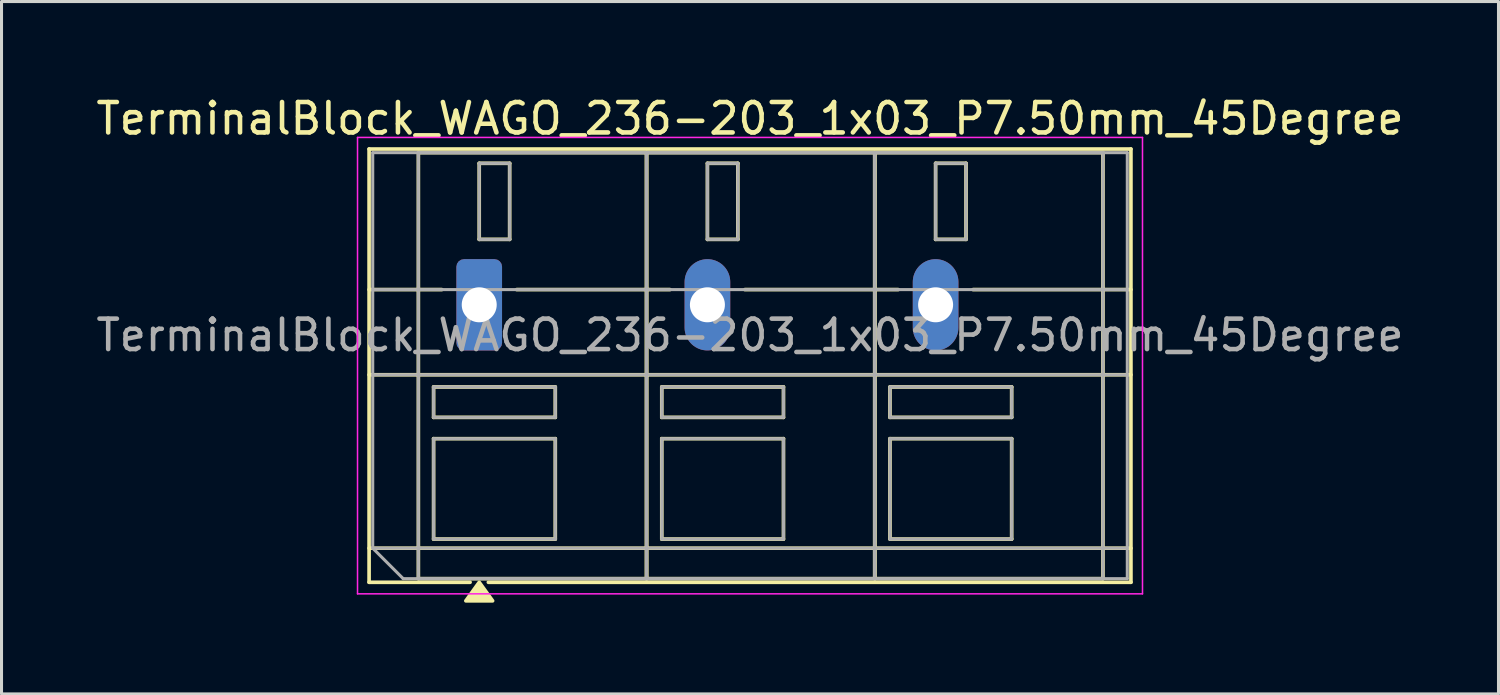
<source format=kicad_pcb>
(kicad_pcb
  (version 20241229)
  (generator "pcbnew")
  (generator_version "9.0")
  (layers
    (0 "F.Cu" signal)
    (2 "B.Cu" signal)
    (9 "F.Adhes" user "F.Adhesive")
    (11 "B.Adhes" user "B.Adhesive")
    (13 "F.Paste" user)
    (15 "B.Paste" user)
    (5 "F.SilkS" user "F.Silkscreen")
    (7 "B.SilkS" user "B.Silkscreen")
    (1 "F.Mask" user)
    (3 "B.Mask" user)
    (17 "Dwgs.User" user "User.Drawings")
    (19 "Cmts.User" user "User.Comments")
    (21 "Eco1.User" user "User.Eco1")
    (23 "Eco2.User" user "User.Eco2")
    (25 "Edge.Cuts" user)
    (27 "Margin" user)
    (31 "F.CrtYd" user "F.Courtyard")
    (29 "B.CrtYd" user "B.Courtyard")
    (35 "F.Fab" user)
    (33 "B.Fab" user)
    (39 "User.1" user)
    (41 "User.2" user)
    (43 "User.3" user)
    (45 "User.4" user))
  (footprint "TerminalBlock_WAGO_236-203_1x03_P7.50mm_45Degree"
    (layer "F.Cu")
    (at 12.701 6.968)
    (property "Reference" "TerminalBlock_WAGO_236-203_1x03_P7.50mm_45Degree" (at 8.9 -6.12 0) (layer "F.SilkS") (effects (font (size 1 1) (thickness 0.15))))
    (attr through_hole)
    (fp_line (start -3.62 -5.12) (end -3.62 9.12) (stroke (width 0.12) (type solid)) (layer "F.SilkS"))
    (fp_line (start -3.62 -5.12) (end 21.42 -5.12) (stroke (width 0.12) (type solid)) (layer "F.SilkS"))
    (fp_line (start -3.62 -0.5) (end -1.23 -0.5) (stroke (width 0.12) (type solid)) (layer "F.SilkS"))
    (fp_line (start -3.62 2.3) (end 21.42 2.3) (stroke (width 0.12) (type solid)) (layer "F.SilkS"))
    (fp_line (start -3.62 8) (end 21.42 8) (stroke (width 0.12) (type solid)) (layer "F.SilkS"))
    (fp_line (start -3.62 9.12) (end -0.3 9.12) (stroke (width 0.12) (type solid)) (layer "F.SilkS"))
    (fp_line (start -2 -5) (end -2 9) (stroke (width 0.12) (type solid)) (layer "F.SilkS"))
    (fp_line (start -2 -5) (end 5.5 -5) (stroke (width 0.12) (type solid)) (layer "F.SilkS"))
    (fp_line (start -2 9) (end 5.5 9) (stroke (width 0.12) (type solid)) (layer "F.SilkS"))
    (fp_line (start -1.5 2.7) (end -1.5 3.7) (stroke (width 0.12) (type solid)) (layer "F.SilkS"))
    (fp_line (start -1.5 2.7) (end 2.5 2.7) (stroke (width 0.12) (type solid)) (layer "F.SilkS"))
    (fp_line (start -1.5 3.7) (end 2.5 3.7) (stroke (width 0.12) (type solid)) (layer "F.SilkS"))
    (fp_line (start -1.5 4.4) (end -1.5 7.7) (stroke (width 0.12) (type solid)) (layer "F.SilkS"))
    (fp_line (start -1.5 4.4) (end 2.5 4.4) (stroke (width 0.12) (type solid)) (layer "F.SilkS"))
    (fp_line (start -1.5 7.7) (end 2.5 7.7) (stroke (width 0.12) (type solid)) (layer "F.SilkS"))
    (fp_line (start 0 -4.65) (end 0 -2.15) (stroke (width 0.12) (type solid)) (layer "F.SilkS"))
    (fp_line (start 0 -4.65) (end 1 -4.65) (stroke (width 0.12) (type solid)) (layer "F.SilkS"))
    (fp_line (start 0 -2.15) (end 1 -2.15) (stroke (width 0.12) (type solid)) (layer "F.SilkS"))
    (fp_line (start 0.3 9.12) (end 21.42 9.12) (stroke (width 0.12) (type solid)) (layer "F.SilkS"))
    (fp_line (start 1 -4.65) (end 1 -2.15) (stroke (width 0.12) (type solid)) (layer "F.SilkS"))
    (fp_line (start 1.23 -0.5) (end 6.27 -0.5) (stroke (width 0.12) (type solid)) (layer "F.SilkS"))
    (fp_line (start 2.5 2.7) (end 2.5 3.7) (stroke (width 0.12) (type solid)) (layer "F.SilkS"))
    (fp_line (start 2.5 4.4) (end 2.5 7.7) (stroke (width 0.12) (type solid)) (layer "F.SilkS"))
    (fp_line (start 5.5 -5) (end 5.5 9) (stroke (width 0.12) (type solid)) (layer "F.SilkS"))
    (fp_line (start 5.5 -5) (end 5.5 9) (stroke (width 0.12) (type solid)) (layer "F.SilkS"))
    (fp_line (start 5.5 -5) (end 13 -5) (stroke (width 0.12) (type solid)) (layer "F.SilkS"))
    (fp_line (start 5.5 9) (end 13 9) (stroke (width 0.12) (type solid)) (layer "F.SilkS"))
    (fp_line (start 6 2.7) (end 6 3.7) (stroke (width 0.12) (type solid)) (layer "F.SilkS"))
    (fp_line (start 6 2.7) (end 10 2.7) (stroke (width 0.12) (type solid)) (layer "F.SilkS"))
    (fp_line (start 6 3.7) (end 10 3.7) (stroke (width 0.12) (type solid)) (layer "F.SilkS"))
    (fp_line (start 6 4.4) (end 6 7.7) (stroke (width 0.12) (type solid)) (layer "F.SilkS"))
    (fp_line (start 6 4.4) (end 10 4.4) (stroke (width 0.12) (type solid)) (layer "F.SilkS"))
    (fp_line (start 6 7.7) (end 10 7.7) (stroke (width 0.12) (type solid)) (layer "F.SilkS"))
    (fp_line (start 7.5 -4.65) (end 7.5 -2.15) (stroke (width 0.12) (type solid)) (layer "F.SilkS"))
    (fp_line (start 7.5 -4.65) (end 8.5 -4.65) (stroke (width 0.12) (type solid)) (layer "F.SilkS"))
    (fp_line (start 7.5 -2.15) (end 8.5 -2.15) (stroke (width 0.12) (type solid)) (layer "F.SilkS"))
    (fp_line (start 8.5 -4.65) (end 8.5 -2.15) (stroke (width 0.12) (type solid)) (layer "F.SilkS"))
    (fp_line (start 8.73 -0.5) (end 13.77 -0.5) (stroke (width 0.12) (type solid)) (layer "F.SilkS"))
    (fp_line (start 10 2.7) (end 10 3.7) (stroke (width 0.12) (type solid)) (layer "F.SilkS"))
    (fp_line (start 10 4.4) (end 10 7.7) (stroke (width 0.12) (type solid)) (layer "F.SilkS"))
    (fp_line (start 13 -5) (end 13 9) (stroke (width 0.12) (type solid)) (layer "F.SilkS"))
    (fp_line (start 13 -5) (end 13 9) (stroke (width 0.12) (type solid)) (layer "F.SilkS"))
    (fp_line (start 13 -5) (end 20.5 -5) (stroke (width 0.12) (type solid)) (layer "F.SilkS"))
    (fp_line (start 13 9) (end 20.5 9) (stroke (width 0.12) (type solid)) (layer "F.SilkS"))
    (fp_line (start 13.5 2.7) (end 13.5 3.7) (stroke (width 0.12) (type solid)) (layer "F.SilkS"))
    (fp_line (start 13.5 2.7) (end 17.5 2.7) (stroke (width 0.12) (type solid)) (layer "F.SilkS"))
    (fp_line (start 13.5 3.7) (end 17.5 3.7) (stroke (width 0.12) (type solid)) (layer "F.SilkS"))
    (fp_line (start 13.5 4.4) (end 13.5 7.7) (stroke (width 0.12) (type solid)) (layer "F.SilkS"))
    (fp_line (start 13.5 4.4) (end 17.5 4.4) (stroke (width 0.12) (type solid)) (layer "F.SilkS"))
    (fp_line (start 13.5 7.7) (end 17.5 7.7) (stroke (width 0.12) (type solid)) (layer "F.SilkS"))
    (fp_line (start 15 -4.65) (end 15 -2.15) (stroke (width 0.12) (type solid)) (layer "F.SilkS"))
    (fp_line (start 15 -4.65) (end 16 -4.65) (stroke (width 0.12) (type solid)) (layer "F.SilkS"))
    (fp_line (start 15 -2.15) (end 16 -2.15) (stroke (width 0.12) (type solid)) (layer "F.SilkS"))
    (fp_line (start 16 -4.65) (end 16 -2.15) (stroke (width 0.12) (type solid)) (layer "F.SilkS"))
    (fp_line (start 16.23 -0.5) (end 21.42 -0.5) (stroke (width 0.12) (type solid)) (layer "F.SilkS"))
    (fp_line (start 17.5 2.7) (end 17.5 3.7) (stroke (width 0.12) (type solid)) (layer "F.SilkS"))
    (fp_line (start 17.5 4.4) (end 17.5 7.7) (stroke (width 0.12) (type solid)) (layer "F.SilkS"))
    (fp_line (start 20.5 -5) (end 20.5 9) (stroke (width 0.12) (type solid)) (layer "F.SilkS"))
    (fp_line (start 21.42 -5.12) (end 21.42 9.12) (stroke (width 0.12) (type solid)) (layer "F.SilkS"))
    (fp_poly (pts (xy 0 9.12) (xy 0.44 9.73) (xy -0.44 9.73)) (stroke (width 0.12) (type solid)) (fill yes) (layer "F.SilkS"))
    (fp_line (start -4 -5.5) (end -4 9.5) (stroke (width 0.05) (type solid)) (layer "F.CrtYd"))
    (fp_line (start -4 9.5) (end 21.8 9.5) (stroke (width 0.05) (type solid)) (layer "F.CrtYd"))
    (fp_line (start 21.8 -5.5) (end -4 -5.5) (stroke (width 0.05) (type solid)) (layer "F.CrtYd"))
    (fp_line (start 21.8 9.5) (end 21.8 -5.5) (stroke (width 0.05) (type solid)) (layer "F.CrtYd"))
    (fp_line (start -3.5 -5) (end 21.3 -5) (stroke (width 0.1) (type solid)) (layer "F.Fab"))
    (fp_line (start -3.5 -0.5) (end 21.3 -0.5) (stroke (width 0.1) (type solid)) (layer "F.Fab"))
    (fp_line (start -3.5 2.3) (end 21.3 2.3) (stroke (width 0.1) (type solid)) (layer "F.Fab"))
    (fp_line (start -3.5 8) (end -3.5 -5) (stroke (width 0.1) (type solid)) (layer "F.Fab"))
    (fp_line (start -3.5 8) (end 21.3 8) (stroke (width 0.1) (type solid)) (layer "F.Fab"))
    (fp_line (start -2.5 9) (end -3.5 8) (stroke (width 0.1) (type solid)) (layer "F.Fab"))
    (fp_line (start -2 -5) (end -2 9) (stroke (width 0.1) (type solid)) (layer "F.Fab"))
    (fp_line (start -2 9) (end 5.5 9) (stroke (width 0.1) (type solid)) (layer "F.Fab"))
    (fp_line (start -1.5 2.7) (end -1.5 3.7) (stroke (width 0.1) (type solid)) (layer "F.Fab"))
    (fp_line (start -1.5 3.7) (end 2.5 3.7) (stroke (width 0.1) (type solid)) (layer "F.Fab"))
    (fp_line (start -1.5 4.4) (end -1.5 7.7) (stroke (width 0.1) (type solid)) (layer "F.Fab"))
    (fp_line (start -1.5 7.7) (end 2.5 7.7) (stroke (width 0.1) (type solid)) (layer "F.Fab"))
    (fp_line (start 0 -4.65) (end 0 -2.15) (stroke (width 0.1) (type solid)) (layer "F.Fab"))
    (fp_line (start 0 -2.15) (end 1 -2.15) (stroke (width 0.1) (type solid)) (layer "F.Fab"))
    (fp_line (start 1 -4.65) (end 0 -4.65) (stroke (width 0.1) (type solid)) (layer "F.Fab"))
    (fp_line (start 1 -2.15) (end 1 -4.65) (stroke (width 0.1) (type solid)) (layer "F.Fab"))
    (fp_line (start 2.5 2.7) (end -1.5 2.7) (stroke (width 0.1) (type solid)) (layer "F.Fab"))
    (fp_line (start 2.5 3.7) (end 2.5 2.7) (stroke (width 0.1) (type solid)) (layer "F.Fab"))
    (fp_line (start 2.5 4.4) (end -1.5 4.4) (stroke (width 0.1) (type solid)) (layer "F.Fab"))
    (fp_line (start 2.5 7.7) (end 2.5 4.4) (stroke (width 0.1) (type solid)) (layer "F.Fab"))
    (fp_line (start 5.5 -5) (end -2 -5) (stroke (width 0.1) (type solid)) (layer "F.Fab"))
    (fp_line (start 5.5 -5) (end 5.5 9) (stroke (width 0.1) (type solid)) (layer "F.Fab"))
    (fp_line (start 5.5 9) (end 5.5 -5) (stroke (width 0.1) (type solid)) (layer "F.Fab"))
    (fp_line (start 5.5 9) (end 13 9) (stroke (width 0.1) (type solid)) (layer "F.Fab"))
    (fp_line (start 6 2.7) (end 6 3.7) (stroke (width 0.1) (type solid)) (layer "F.Fab"))
    (fp_line (start 6 3.7) (end 10 3.7) (stroke (width 0.1) (type solid)) (layer "F.Fab"))
    (fp_line (start 6 4.4) (end 6 7.7) (stroke (width 0.1) (type solid)) (layer "F.Fab"))
    (fp_line (start 6 7.7) (end 10 7.7) (stroke (width 0.1) (type solid)) (layer "F.Fab"))
    (fp_line (start 7.5 -4.65) (end 7.5 -2.15) (stroke (width 0.1) (type solid)) (layer "F.Fab"))
    (fp_line (start 7.5 -2.15) (end 8.5 -2.15) (stroke (width 0.1) (type solid)) (layer "F.Fab"))
    (fp_line (start 8.5 -4.65) (end 7.5 -4.65) (stroke (width 0.1) (type solid)) (layer "F.Fab"))
    (fp_line (start 8.5 -2.15) (end 8.5 -4.65) (stroke (width 0.1) (type solid)) (layer "F.Fab"))
    (fp_line (start 10 2.7) (end 6 2.7) (stroke (width 0.1) (type solid)) (layer "F.Fab"))
    (fp_line (start 10 3.7) (end 10 2.7) (stroke (width 0.1) (type solid)) (layer "F.Fab"))
    (fp_line (start 10 4.4) (end 6 4.4) (stroke (width 0.1) (type solid)) (layer "F.Fab"))
    (fp_line (start 10 7.7) (end 10 4.4) (stroke (width 0.1) (type solid)) (layer "F.Fab"))
    (fp_line (start 13 -5) (end 5.5 -5) (stroke (width 0.1) (type solid)) (layer "F.Fab"))
    (fp_line (start 13 -5) (end 13 9) (stroke (width 0.1) (type solid)) (layer "F.Fab"))
    (fp_line (start 13 9) (end 13 -5) (stroke (width 0.1) (type solid)) (layer "F.Fab"))
    (fp_line (start 13 9) (end 20.5 9) (stroke (width 0.1) (type solid)) (layer "F.Fab"))
    (fp_line (start 13.5 2.7) (end 13.5 3.7) (stroke (width 0.1) (type solid)) (layer "F.Fab"))
    (fp_line (start 13.5 3.7) (end 17.5 3.7) (stroke (width 0.1) (type solid)) (layer "F.Fab"))
    (fp_line (start 13.5 4.4) (end 13.5 7.7) (stroke (width 0.1) (type solid)) (layer "F.Fab"))
    (fp_line (start 13.5 7.7) (end 17.5 7.7) (stroke (width 0.1) (type solid)) (layer "F.Fab"))
    (fp_line (start 15 -4.65) (end 15 -2.15) (stroke (width 0.1) (type solid)) (layer "F.Fab"))
    (fp_line (start 15 -2.15) (end 16 -2.15) (stroke (width 0.1) (type solid)) (layer "F.Fab"))
    (fp_line (start 16 -4.65) (end 15 -4.65) (stroke (width 0.1) (type solid)) (layer "F.Fab"))
    (fp_line (start 16 -2.15) (end 16 -4.65) (stroke (width 0.1) (type solid)) (layer "F.Fab"))
    (fp_line (start 17.5 2.7) (end 13.5 2.7) (stroke (width 0.1) (type solid)) (layer "F.Fab"))
    (fp_line (start 17.5 3.7) (end 17.5 2.7) (stroke (width 0.1) (type solid)) (layer "F.Fab"))
    (fp_line (start 17.5 4.4) (end 13.5 4.4) (stroke (width 0.1) (type solid)) (layer "F.Fab"))
    (fp_line (start 17.5 7.7) (end 17.5 4.4) (stroke (width 0.1) (type solid)) (layer "F.Fab"))
    (fp_line (start 20.5 -5) (end 13 -5) (stroke (width 0.1) (type solid)) (layer "F.Fab"))
    (fp_line (start 20.5 9) (end 20.5 -5) (stroke (width 0.1) (type solid)) (layer "F.Fab"))
    (fp_line (start 21.3 -5) (end 21.3 9) (stroke (width 0.1) (type solid)) (layer "F.Fab"))
    (fp_line (start 21.3 9) (end -2.5 9) (stroke (width 0.1) (type solid)) (layer "F.Fab"))
    (fp_text user "${REFERENCE}" (at 8.9 1 0) (layer "F.Fab") (effects (font (size 1 1) (thickness 0.15))))
    (pad "1" thru_hole roundrect (at 0 0) (size 1.5 3) (drill 1.15) (layers "*.Cu" "*.Mask") (roundrect_rratio 0.167))
    (pad "2" thru_hole oval (at 7.5 0) (size 1.5 3) (drill 1.15) (layers "*.Cu" "*.Mask"))
    (pad "3" thru_hole oval (at 15 0) (size 1.5 3) (drill 1.15) (layers "*.Cu" "*.Mask")))
  (gr_rect
    (start -3 -3)
    (end 46.202 19.758)
    (stroke (width 0.1) (type default))
    (fill no)
    (layer "Edge.Cuts")))
</source>
